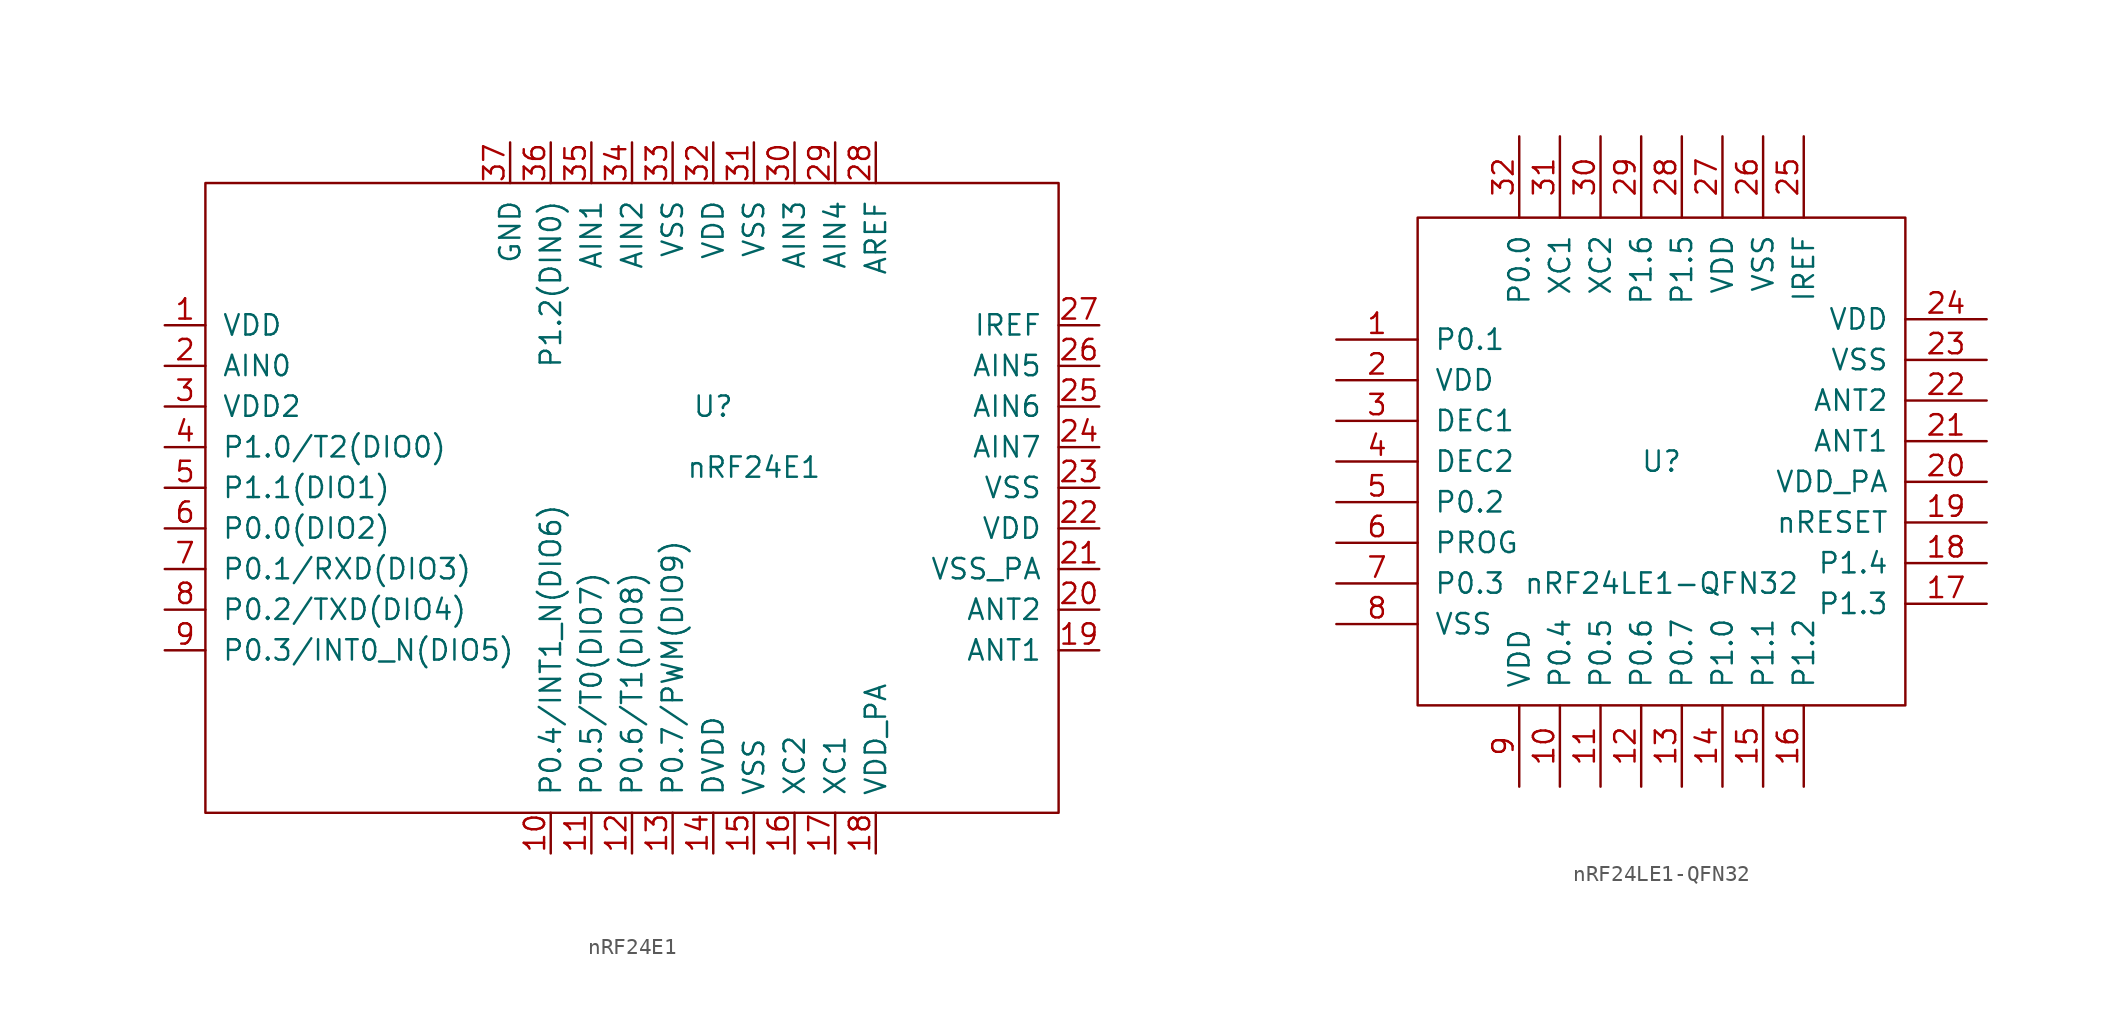
<source format=kicad_sym>
(kicad_symbol_lib
  (version 20220914)
  (generator kicad_symbol_editor)
  (symbol "nRF24E1"
    (pin_names
      (offset 1.016))
    (property "Reference" "U"
      (at 3.81 1.27 0)
      (effects (font (size 1.27 1.27))))
    (property "Value" "nRF24E1"
      (at 6.35 -2.54 0)
      (effects (font (size 1.27 1.27))))
    (symbol "nRF24E1_0_1"
      (rectangle (start -27.94 15.24) (end 25.4 -24.13) (stroke (width 0) (type default)) (fill (type none))))
    (symbol "nRF24E1_1_1"
      (pin input line (at -30.48 6.35 0) (length 2.54) (name "VDD" (effects (font (size 1.27 1.27)))) (number "1" (effects (font (size 1.27 1.27)))))
      (pin input line (at -6.35 -26.67 90) (length 2.54) (name "P0.4/INT1_N(DIO6)" (effects (font (size 1.27 1.27)))) (number "10" (effects (font (size 1.27 1.27)))))
      (pin input line (at -3.81 -26.67 90) (length 2.54) (name "P0.5/T0(DIO7)" (effects (font (size 1.27 1.27)))) (number "11" (effects (font (size 1.27 1.27)))))
      (pin input line (at -1.27 -26.67 90) (length 2.54) (name "P0.6/T1(DIO8)" (effects (font (size 1.27 1.27)))) (number "12" (effects (font (size 1.27 1.27)))))
      (pin input line (at 1.27 -26.67 90) (length 2.54) (name "P0.7/PWM(DIO9)" (effects (font (size 1.27 1.27)))) (number "13" (effects (font (size 1.27 1.27)))))
      (pin input line (at 3.81 -26.67 90) (length 2.54) (name "DVDD" (effects (font (size 1.27 1.27)))) (number "14" (effects (font (size 1.27 1.27)))))
      (pin input line (at 6.35 -26.67 90) (length 2.54) (name "VSS" (effects (font (size 1.27 1.27)))) (number "15" (effects (font (size 1.27 1.27)))))
      (pin input line (at 8.89 -26.67 90) (length 2.54) (name "XC2" (effects (font (size 1.27 1.27)))) (number "16" (effects (font (size 1.27 1.27)))))
      (pin input line (at 11.43 -26.67 90) (length 2.54) (name "XC1" (effects (font (size 1.27 1.27)))) (number "17" (effects (font (size 1.27 1.27)))))
      (pin input line (at 13.97 -26.67 90) (length 2.54) (name "VDD_PA" (effects (font (size 1.27 1.27)))) (number "18" (effects (font (size 1.27 1.27)))))
      (pin input line (at 27.94 -13.97 180) (length 2.54) (name "ANT1" (effects (font (size 1.27 1.27)))) (number "19" (effects (font (size 1.27 1.27)))))
      (pin input line (at -30.48 3.81 0) (length 2.54) (name "AIN0" (effects (font (size 1.27 1.27)))) (number "2" (effects (font (size 1.27 1.27)))))
      (pin input line (at 27.94 -11.43 180) (length 2.54) (name "ANT2" (effects (font (size 1.27 1.27)))) (number "20" (effects (font (size 1.27 1.27)))))
      (pin input line (at 27.94 -8.89 180) (length 2.54) (name "VSS_PA" (effects (font (size 1.27 1.27)))) (number "21" (effects (font (size 1.27 1.27)))))
      (pin input line (at 27.94 -6.35 180) (length 2.54) (name "VDD" (effects (font (size 1.27 1.27)))) (number "22" (effects (font (size 1.27 1.27)))))
      (pin input line (at 27.94 -3.81 180) (length 2.54) (name "VSS" (effects (font (size 1.27 1.27)))) (number "23" (effects (font (size 1.27 1.27)))))
      (pin input line (at 27.94 -1.27 180) (length 2.54) (name "AIN7" (effects (font (size 1.27 1.27)))) (number "24" (effects (font (size 1.27 1.27)))))
      (pin input line (at 27.94 1.27 180) (length 2.54) (name "AIN6" (effects (font (size 1.27 1.27)))) (number "25" (effects (font (size 1.27 1.27)))))
      (pin input line (at 27.94 3.81 180) (length 2.54) (name "AIN5" (effects (font (size 1.27 1.27)))) (number "26" (effects (font (size 1.27 1.27)))))
      (pin input line (at 27.94 6.35 180) (length 2.54) (name "IREF" (effects (font (size 1.27 1.27)))) (number "27" (effects (font (size 1.27 1.27)))))
      (pin input line (at 13.97 17.78 270) (length 2.54) (name "AREF" (effects (font (size 1.27 1.27)))) (number "28" (effects (font (size 1.27 1.27)))))
      (pin input line (at 11.43 17.78 270) (length 2.54) (name "AIN4" (effects (font (size 1.27 1.27)))) (number "29" (effects (font (size 1.27 1.27)))))
      (pin input line (at -30.48 1.27 0) (length 2.54) (name "VDD2" (effects (font (size 1.27 1.27)))) (number "3" (effects (font (size 1.27 1.27)))))
      (pin input line (at 8.89 17.78 270) (length 2.54) (name "AIN3" (effects (font (size 1.27 1.27)))) (number "30" (effects (font (size 1.27 1.27)))))
      (pin input line (at 6.35 17.78 270) (length 2.54) (name "VSS" (effects (font (size 1.27 1.27)))) (number "31" (effects (font (size 1.27 1.27)))))
      (pin input line (at 3.81 17.78 270) (length 2.54) (name "VDD" (effects (font (size 1.27 1.27)))) (number "32" (effects (font (size 1.27 1.27)))))
      (pin input line (at 1.27 17.78 270) (length 2.54) (name "VSS" (effects (font (size 1.27 1.27)))) (number "33" (effects (font (size 1.27 1.27)))))
      (pin input line (at -1.27 17.78 270) (length 2.54) (name "AIN2" (effects (font (size 1.27 1.27)))) (number "34" (effects (font (size 1.27 1.27)))))
      (pin input line (at -3.81 17.78 270) (length 2.54) (name "AIN1" (effects (font (size 1.27 1.27)))) (number "35" (effects (font (size 1.27 1.27)))))
      (pin input line (at -6.35 17.78 270) (length 2.54) (name "P1.2(DIN0)" (effects (font (size 1.27 1.27)))) (number "36" (effects (font (size 1.27 1.27)))))
      (pin power_in line (at -8.89 17.78 270) (length 2.54) (name "GND" (effects (font (size 1.27 1.27)))) (number "37" (effects (font (size 1.27 1.27)))))
      (pin input line (at -30.48 -1.27 0) (length 2.54) (name "P1.0/T2(DIO0)" (effects (font (size 1.27 1.27)))) (number "4" (effects (font (size 1.27 1.27)))))
      (pin input line (at -30.48 -3.81 0) (length 2.54) (name "P1.1(DIO1)" (effects (font (size 1.27 1.27)))) (number "5" (effects (font (size 1.27 1.27)))))
      (pin input line (at -30.48 -6.35 0) (length 2.54) (name "P0.0(DIO2)" (effects (font (size 1.27 1.27)))) (number "6" (effects (font (size 1.27 1.27)))))
      (pin input line (at -30.48 -8.89 0) (length 2.54) (name "P0.1/RXD(DIO3)" (effects (font (size 1.27 1.27)))) (number "7" (effects (font (size 1.27 1.27)))))
      (pin output line (at -30.48 -11.43 0) (length 2.54) (name "P0.2/TXD(DIO4)" (effects (font (size 1.27 1.27)))) (number "8" (effects (font (size 1.27 1.27)))))
      (pin input line (at -30.48 -13.97 0) (length 2.54) (name "P0.3/INT0_N(DIO5)" (effects (font (size 1.27 1.27)))) (number "9" (effects (font (size 1.27 1.27)))))))
  (symbol "nRF24LE1-QFN32"
    (pin_names
      (offset 1.016))
    (property "Reference" "U"
      (at 0 0 0)
      (effects (font (size 1.27 1.27))))
    (property "Value" "nRF24LE1-QFN32"
      (at 0 -7.62 0)
      (effects (font (size 1.27 1.27))))
    (symbol "nRF24LE1-QFN32_0_1"
      (rectangle (start -15.24 15.24) (end 15.24 -15.24) (stroke (width 0) (type default)) (fill (type none))))
    (symbol "nRF24LE1-QFN32_1_1"
      (pin input line (at -20.32 7.62 0) (length 5.08) (name "P0.1" (effects (font (size 1.27 1.27)))) (number "1" (effects (font (size 1.27 1.27)))))
      (pin input line (at -6.35 -20.32 90) (length 5.08) (name "P0.4" (effects (font (size 1.27 1.27)))) (number "10" (effects (font (size 1.27 1.27)))))
      (pin input line (at -3.81 -20.32 90) (length 5.08) (name "P0.5" (effects (font (size 1.27 1.27)))) (number "11" (effects (font (size 1.27 1.27)))))
      (pin input line (at -1.27 -20.32 90) (length 5.08) (name "P0.6" (effects (font (size 1.27 1.27)))) (number "12" (effects (font (size 1.27 1.27)))))
      (pin input line (at 1.27 -20.32 90) (length 5.08) (name "P0.7" (effects (font (size 1.27 1.27)))) (number "13" (effects (font (size 1.27 1.27)))))
      (pin input line (at 3.81 -20.32 90) (length 5.08) (name "P1.0" (effects (font (size 1.27 1.27)))) (number "14" (effects (font (size 1.27 1.27)))))
      (pin input line (at 6.35 -20.32 90) (length 5.08) (name "P1.1" (effects (font (size 1.27 1.27)))) (number "15" (effects (font (size 1.27 1.27)))))
      (pin input line (at 8.89 -20.32 90) (length 5.08) (name "P1.2" (effects (font (size 1.27 1.27)))) (number "16" (effects (font (size 1.27 1.27)))))
      (pin input line (at 20.32 -8.89 180) (length 5.08) (name "P1.3" (effects (font (size 1.27 1.27)))) (number "17" (effects (font (size 1.27 1.27)))))
      (pin input line (at 20.32 -6.35 180) (length 5.08) (name "P1.4" (effects (font (size 1.27 1.27)))) (number "18" (effects (font (size 1.27 1.27)))))
      (pin input line (at 20.32 -3.81 180) (length 5.08) (name "nRESET" (effects (font (size 1.27 1.27)))) (number "19" (effects (font (size 1.27 1.27)))))
      (pin input line (at -20.32 5.08 0) (length 5.08) (name "VDD" (effects (font (size 1.27 1.27)))) (number "2" (effects (font (size 1.27 1.27)))))
      (pin input line (at 20.32 -1.27 180) (length 5.08) (name "VDD_PA" (effects (font (size 1.27 1.27)))) (number "20" (effects (font (size 1.27 1.27)))))
      (pin input line (at 20.32 1.27 180) (length 5.08) (name "ANT1" (effects (font (size 1.27 1.27)))) (number "21" (effects (font (size 1.27 1.27)))))
      (pin input line (at 20.32 3.81 180) (length 5.08) (name "ANT2" (effects (font (size 1.27 1.27)))) (number "22" (effects (font (size 1.27 1.27)))))
      (pin input line (at 20.32 6.35 180) (length 5.08) (name "VSS" (effects (font (size 1.27 1.27)))) (number "23" (effects (font (size 1.27 1.27)))))
      (pin input line (at 20.32 8.89 180) (length 5.08) (name "VDD" (effects (font (size 1.27 1.27)))) (number "24" (effects (font (size 1.27 1.27)))))
      (pin input line (at 8.89 20.32 270) (length 5.08) (name "IREF" (effects (font (size 1.27 1.27)))) (number "25" (effects (font (size 1.27 1.27)))))
      (pin input line (at 6.35 20.32 270) (length 5.08) (name "VSS" (effects (font (size 1.27 1.27)))) (number "26" (effects (font (size 1.27 1.27)))))
      (pin input line (at 3.81 20.32 270) (length 5.08) (name "VDD" (effects (font (size 1.27 1.27)))) (number "27" (effects (font (size 1.27 1.27)))))
      (pin input line (at 1.27 20.32 270) (length 5.08) (name "P1.5" (effects (font (size 1.27 1.27)))) (number "28" (effects (font (size 1.27 1.27)))))
      (pin input line (at -1.27 20.32 270) (length 5.08) (name "P1.6" (effects (font (size 1.27 1.27)))) (number "29" (effects (font (size 1.27 1.27)))))
      (pin input line (at -20.32 2.54 0) (length 5.08) (name "DEC1" (effects (font (size 1.27 1.27)))) (number "3" (effects (font (size 1.27 1.27)))))
      (pin input line (at -3.81 20.32 270) (length 5.08) (name "XC2" (effects (font (size 1.27 1.27)))) (number "30" (effects (font (size 1.27 1.27)))))
      (pin input line (at -6.35 20.32 270) (length 5.08) (name "XC1" (effects (font (size 1.27 1.27)))) (number "31" (effects (font (size 1.27 1.27)))))
      (pin input line (at -8.89 20.32 270) (length 5.08) (name "P0.0" (effects (font (size 1.27 1.27)))) (number "32" (effects (font (size 1.27 1.27)))))
      (pin input line (at -20.32 0 0) (length 5.08) (name "DEC2" (effects (font (size 1.27 1.27)))) (number "4" (effects (font (size 1.27 1.27)))))
      (pin input line (at -20.32 -2.54 0) (length 5.08) (name "P0.2" (effects (font (size 1.27 1.27)))) (number "5" (effects (font (size 1.27 1.27)))))
      (pin input line (at -20.32 -5.08 0) (length 5.08) (name "PROG" (effects (font (size 1.27 1.27)))) (number "6" (effects (font (size 1.27 1.27)))))
      (pin input line (at -20.32 -7.62 0) (length 5.08) (name "P0.3" (effects (font (size 1.27 1.27)))) (number "7" (effects (font (size 1.27 1.27)))))
      (pin input line (at -20.32 -10.16 0) (length 5.08) (name "VSS" (effects (font (size 1.27 1.27)))) (number "8" (effects (font (size 1.27 1.27)))))
      (pin input line (at -8.89 -20.32 90) (length 5.08) (name "VDD" (effects (font (size 1.27 1.27)))) (number "9" (effects (font (size 1.27 1.27))))))))
</source>
